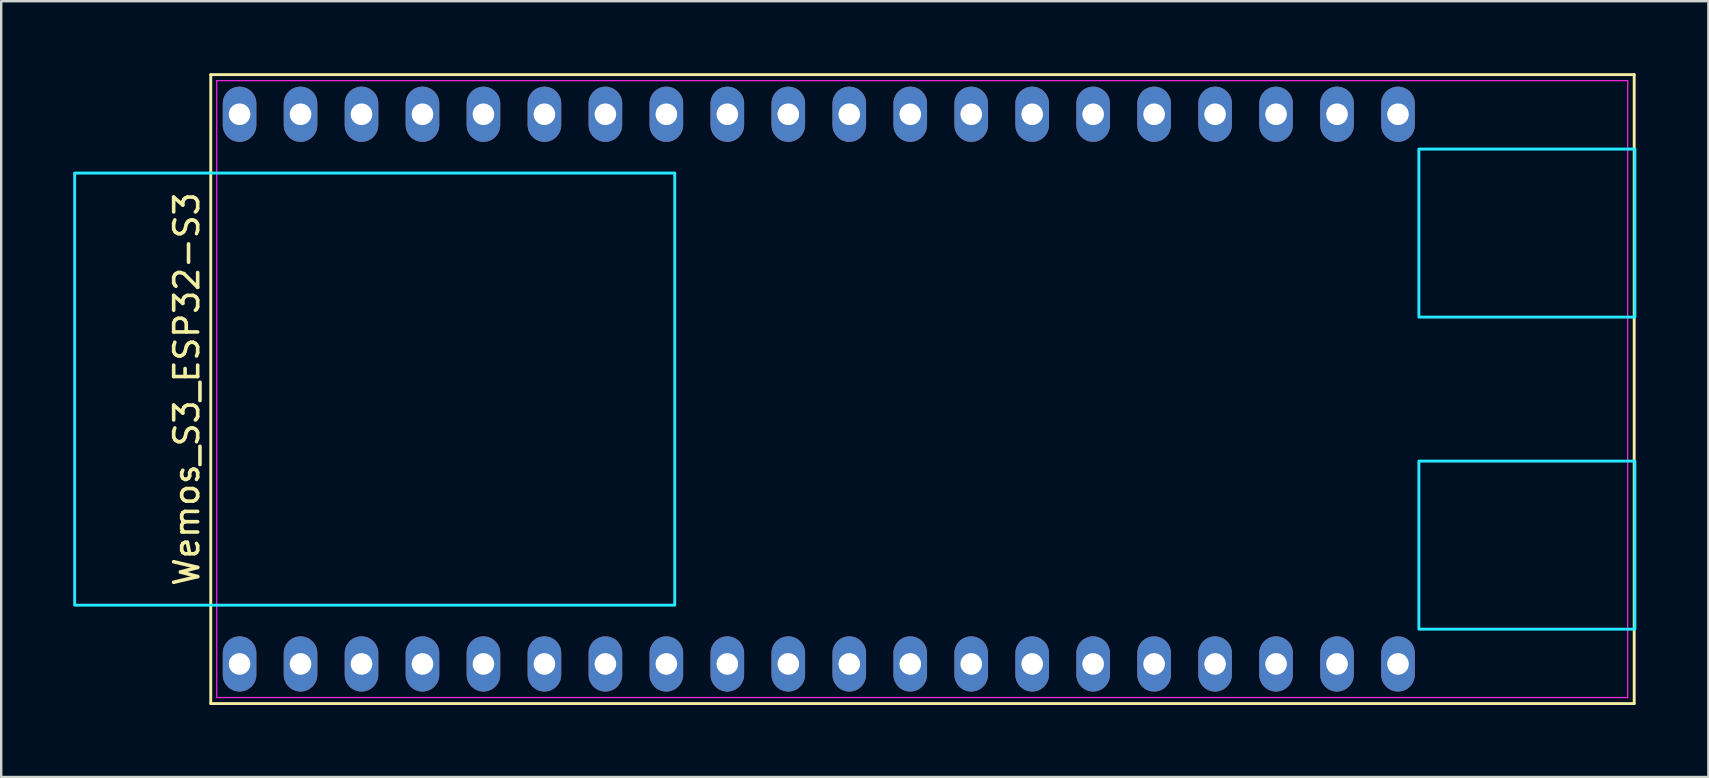
<source format=kicad_pcb>
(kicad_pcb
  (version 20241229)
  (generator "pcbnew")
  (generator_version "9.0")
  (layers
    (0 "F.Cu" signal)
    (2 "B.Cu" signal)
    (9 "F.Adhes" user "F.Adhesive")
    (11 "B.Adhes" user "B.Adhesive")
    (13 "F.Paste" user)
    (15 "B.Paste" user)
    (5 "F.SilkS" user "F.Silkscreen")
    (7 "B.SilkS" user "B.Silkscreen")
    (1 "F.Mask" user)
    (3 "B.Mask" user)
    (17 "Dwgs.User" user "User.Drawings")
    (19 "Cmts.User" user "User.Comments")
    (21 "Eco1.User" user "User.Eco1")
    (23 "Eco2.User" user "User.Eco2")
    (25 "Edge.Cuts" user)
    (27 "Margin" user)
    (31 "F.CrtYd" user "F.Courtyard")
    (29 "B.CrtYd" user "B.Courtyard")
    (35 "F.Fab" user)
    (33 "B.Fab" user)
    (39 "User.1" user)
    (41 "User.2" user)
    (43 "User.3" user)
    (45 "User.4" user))
  (footprint "Wemos_S3_ESP32-S3"
    (layer "F.Cu")
    (at 31.06 13.16)
    (property "Reference" "Wemos_S3_ESP32-S3" (at -26.33 0 90) (layer "F.SilkS") (effects (font (size 1 1) (thickness 0.15))))
    (attr through_hole)
    (fp_line (start -25.33 -13.1) (end -25.33 13.1) (stroke (width 0.12) (type solid)) (layer "F.SilkS"))
    (fp_line (start -25.33 13.1) (end 33.97 13.1) (stroke (width 0.12) (type solid)) (layer "F.SilkS"))
    (fp_line (start 33.97 -13.1) (end -25.33 -13.1) (stroke (width 0.12) (type solid)) (layer "F.SilkS"))
    (fp_line (start 33.97 13.1) (end 33.97 -13.1) (stroke (width 0.12) (type solid)) (layer "F.SilkS"))
    (fp_rect (start -31 -9) (end -6 9) (stroke (width 0.12) (type default)) (fill no) (layer "B.CrtYd"))
    (fp_rect (start 25 -10) (end 34 -3) (stroke (width 0.12) (type default)) (fill no) (layer "B.CrtYd"))
    (fp_rect (start 25 3) (end 34 10) (stroke (width 0.12) (type default)) (fill no) (layer "B.CrtYd"))
    (fp_line (start -25.08 -12.85) (end 33.7 -12.85) (stroke (width 0.05) (type solid)) (layer "F.CrtYd"))
    (fp_line (start -25.08 12.85) (end -25.08 -12.85) (stroke (width 0.05) (type default)) (layer "F.CrtYd"))
    (fp_line (start 33.7 -12.85) (end 33.7 12.85) (stroke (width 0.05) (type solid)) (layer "F.CrtYd"))
    (fp_line (start 33.7 12.85) (end -25.08 12.85) (stroke (width 0.05) (type solid)) (layer "F.CrtYd"))
    (pad "1" thru_hole oval (at -24.13 11.45) (size 1.4 2.3) (drill 0.9) (layers "*.Cu" "*.Mask"))
    (pad "2" thru_hole oval (at -21.59 11.45) (size 1.4 2.3) (drill 0.9) (layers "*.Cu" "*.Mask"))
    (pad "3" thru_hole oval (at -19.05 11.45) (size 1.4 2.3) (drill 0.9) (layers "*.Cu" "*.Mask"))
    (pad "4" thru_hole oval (at -16.51 11.45) (size 1.4 2.3) (drill 0.9) (layers "*.Cu" "*.Mask"))
    (pad "5" thru_hole oval (at -13.97 11.45) (size 1.4 2.3) (drill 0.9) (layers "*.Cu" "*.Mask"))
    (pad "6" thru_hole oval (at -11.43 11.45) (size 1.4 2.3) (drill 0.9) (layers "*.Cu" "*.Mask"))
    (pad "7" thru_hole oval (at -8.89 11.45) (size 1.4 2.3) (drill 0.9) (layers "*.Cu" "*.Mask"))
    (pad "8" thru_hole oval (at -6.35 11.45) (size 1.4 2.3) (drill 0.9) (layers "*.Cu" "*.Mask"))
    (pad "9" thru_hole oval (at -3.81 11.45) (size 1.4 2.3) (drill 0.9) (layers "*.Cu" "*.Mask"))
    (pad "10" thru_hole oval (at -1.27 11.45) (size 1.4 2.3) (drill 0.9) (layers "*.Cu" "*.Mask"))
    (pad "11" thru_hole oval (at 1.27 11.45) (size 1.4 2.3) (drill 0.9) (layers "*.Cu" "*.Mask"))
    (pad "12" thru_hole oval (at 3.81 11.45) (size 1.4 2.3) (drill 0.9) (layers "*.Cu" "*.Mask"))
    (pad "13" thru_hole oval (at 6.35 11.45) (size 1.4 2.3) (drill 0.9) (layers "*.Cu" "*.Mask"))
    (pad "14" thru_hole oval (at 8.89 11.45) (size 1.4 2.3) (drill 0.9) (layers "*.Cu" "*.Mask"))
    (pad "15" thru_hole oval (at 11.43 11.45) (size 1.4 2.3) (drill 0.9) (layers "*.Cu" "*.Mask"))
    (pad "16" thru_hole oval (at 13.97 11.45) (size 1.4 2.3) (drill 0.9) (layers "*.Cu" "*.Mask"))
    (pad "17" thru_hole oval (at 16.51 11.45) (size 1.4 2.3) (drill 0.9) (layers "*.Cu" "*.Mask"))
    (pad "18" thru_hole oval (at 19.05 11.45) (size 1.4 2.3) (drill 0.9) (layers "*.Cu" "*.Mask"))
    (pad "19" thru_hole oval (at 21.59 11.45) (size 1.4 2.3) (drill 0.9) (layers "*.Cu" "*.Mask"))
    (pad "20" thru_hole oval (at 24.13 11.45) (size 1.4 2.3) (drill 0.9) (layers "*.Cu" "*.Mask"))
    (pad "21" thru_hole oval (at 24.13 -11.45) (size 1.4 2.3) (drill 0.9) (layers "*.Cu" "*.Mask"))
    (pad "22" thru_hole oval (at 21.59 -11.45) (size 1.4 2.3) (drill 0.9) (layers "*.Cu" "*.Mask"))
    (pad "23" thru_hole oval (at 19.05 -11.45) (size 1.4 2.3) (drill 0.9) (layers "*.Cu" "*.Mask"))
    (pad "24" thru_hole oval (at 16.51 -11.45) (size 1.4 2.3) (drill 0.9) (layers "*.Cu" "*.Mask"))
    (pad "25" thru_hole oval (at 13.97 -11.45) (size 1.4 2.3) (drill 0.9) (layers "*.Cu" "*.Mask"))
    (pad "26" thru_hole oval (at 11.43 -11.45) (size 1.4 2.3) (drill 0.9) (layers "*.Cu" "*.Mask"))
    (pad "27" thru_hole oval (at 8.89 -11.45) (size 1.4 2.3) (drill 0.9) (layers "*.Cu" "*.Mask"))
    (pad "28" thru_hole oval (at 6.35 -11.45) (size 1.4 2.3) (drill 0.9) (layers "*.Cu" "*.Mask"))
    (pad "29" thru_hole oval (at 3.81 -11.45) (size 1.4 2.3) (drill 0.9) (layers "*.Cu" "*.Mask"))
    (pad "30" thru_hole oval (at 1.27 -11.45) (size 1.4 2.3) (drill 0.9) (layers "*.Cu" "*.Mask"))
    (pad "31" thru_hole oval (at -1.27 -11.45) (size 1.4 2.3) (drill 0.9) (layers "*.Cu" "*.Mask"))
    (pad "32" thru_hole oval (at -3.81 -11.45) (size 1.4 2.3) (drill 0.9) (layers "*.Cu" "*.Mask"))
    (pad "33" thru_hole oval (at -6.35 -11.45) (size 1.4 2.3) (drill 0.9) (layers "*.Cu" "*.Mask"))
    (pad "34" thru_hole oval (at -8.89 -11.45) (size 1.4 2.3) (drill 0.9) (layers "*.Cu" "*.Mask"))
    (pad "35" thru_hole oval (at -11.43 -11.45) (size 1.4 2.3) (drill 0.9) (layers "*.Cu" "*.Mask"))
    (pad "36" thru_hole oval (at -13.97 -11.45) (size 1.4 2.3) (drill 0.9) (layers "*.Cu" "*.Mask"))
    (pad "37" thru_hole oval (at -16.51 -11.45) (size 1.4 2.3) (drill 0.9) (layers "*.Cu" "*.Mask"))
    (pad "38" thru_hole oval (at -19.05 -11.45) (size 1.4 2.3) (drill 0.9) (layers "*.Cu" "*.Mask"))
    (pad "39" thru_hole oval (at -21.59 -11.45) (size 1.4 2.3) (drill 0.9) (layers "*.Cu" "*.Mask"))
    (pad "40" thru_hole oval (at -24.13 -11.45) (size 1.4 2.3) (drill 0.9) (layers "*.Cu" "*.Mask")))
  (gr_rect
    (start -3 -3)
    (end 68.12 29.32)
    (stroke (width 0.1) (type default))
    (fill no)
    (layer "Edge.Cuts")))
</source>
